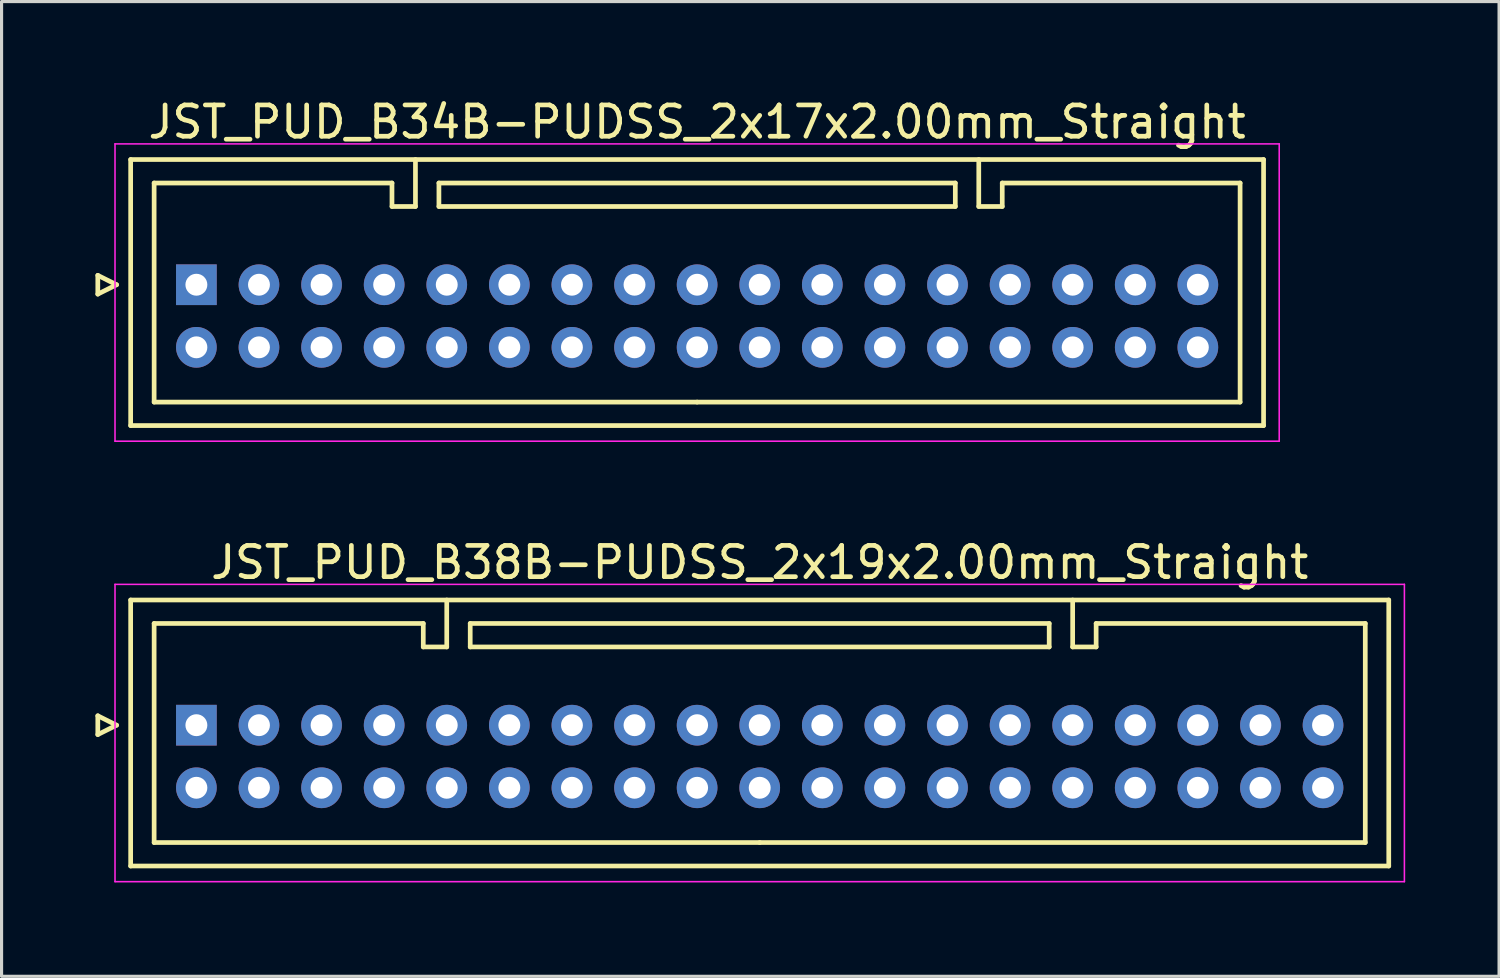
<source format=kicad_pcb>
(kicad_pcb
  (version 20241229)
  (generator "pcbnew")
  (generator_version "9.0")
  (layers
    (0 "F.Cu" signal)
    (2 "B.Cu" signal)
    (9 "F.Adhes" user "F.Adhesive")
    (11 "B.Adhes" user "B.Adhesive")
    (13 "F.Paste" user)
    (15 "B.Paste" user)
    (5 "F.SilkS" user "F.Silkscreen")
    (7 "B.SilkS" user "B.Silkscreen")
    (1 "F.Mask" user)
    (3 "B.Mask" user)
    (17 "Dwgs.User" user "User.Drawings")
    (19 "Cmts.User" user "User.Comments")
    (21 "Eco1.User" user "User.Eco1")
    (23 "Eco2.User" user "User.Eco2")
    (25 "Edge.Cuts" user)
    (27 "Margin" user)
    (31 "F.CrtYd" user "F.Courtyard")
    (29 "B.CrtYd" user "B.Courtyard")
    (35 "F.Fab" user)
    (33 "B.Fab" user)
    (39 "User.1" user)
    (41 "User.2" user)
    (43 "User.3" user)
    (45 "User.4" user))
  (footprint "JST_PUD_B34B-PUDSS_2x17x2.00mm_Straight"
    (layer "F.Cu")
    (at 3.225 6.048)
    (property "Reference" "JST_PUD_B34B-PUDSS_2x17x2.00mm_Straight" (at 16 -5.2 0) (layer "F.SilkS") (effects (font (size 1 1) (thickness 0.15))))
    (attr through_hole)
    (fp_line (start -3.15 -0.3) (end -2.55 0) (stroke (width 0.15) (type solid)) (layer "F.SilkS"))
    (fp_line (start -3.15 0.3) (end -3.15 -0.3) (stroke (width 0.15) (type solid)) (layer "F.SilkS"))
    (fp_line (start -2.55 0) (end -3.15 0.3) (stroke (width 0.15) (type solid)) (layer "F.SilkS"))
    (fp_line (start -2.1 -4) (end -2.1 4.5) (stroke (width 0.15) (type solid)) (layer "F.SilkS"))
    (fp_line (start -2.1 4.5) (end 34.1 4.5) (stroke (width 0.15) (type solid)) (layer "F.SilkS"))
    (fp_line (start -1.35 -3.25) (end -1.35 3.75) (stroke (width 0.15) (type solid)) (layer "F.SilkS"))
    (fp_line (start -1.35 3.75) (end 16 3.75) (stroke (width 0.15) (type solid)) (layer "F.SilkS"))
    (fp_line (start 6.25 -3.25) (end -1.35 -3.25) (stroke (width 0.15) (type solid)) (layer "F.SilkS"))
    (fp_line (start 6.25 -2.5) (end 6.25 -3.25) (stroke (width 0.15) (type solid)) (layer "F.SilkS"))
    (fp_line (start 7 -4) (end 7 -2.5) (stroke (width 0.15) (type solid)) (layer "F.SilkS"))
    (fp_line (start 7 -2.5) (end 6.25 -2.5) (stroke (width 0.15) (type solid)) (layer "F.SilkS"))
    (fp_line (start 7.75 -3.25) (end 7.75 -2.5) (stroke (width 0.15) (type solid)) (layer "F.SilkS"))
    (fp_line (start 7.75 -2.5) (end 24.25 -2.5) (stroke (width 0.15) (type solid)) (layer "F.SilkS"))
    (fp_line (start 24.25 -3.25) (end 7.75 -3.25) (stroke (width 0.15) (type solid)) (layer "F.SilkS"))
    (fp_line (start 24.25 -2.5) (end 24.25 -3.25) (stroke (width 0.15) (type solid)) (layer "F.SilkS"))
    (fp_line (start 25 -4) (end 25 -2.5) (stroke (width 0.15) (type solid)) (layer "F.SilkS"))
    (fp_line (start 25 -2.5) (end 25.75 -2.5) (stroke (width 0.15) (type solid)) (layer "F.SilkS"))
    (fp_line (start 25.75 -3.25) (end 33.35 -3.25) (stroke (width 0.15) (type solid)) (layer "F.SilkS"))
    (fp_line (start 25.75 -2.5) (end 25.75 -3.25) (stroke (width 0.15) (type solid)) (layer "F.SilkS"))
    (fp_line (start 33.35 -3.25) (end 33.35 3.75) (stroke (width 0.15) (type solid)) (layer "F.SilkS"))
    (fp_line (start 33.35 3.75) (end 16 3.75) (stroke (width 0.15) (type solid)) (layer "F.SilkS"))
    (fp_line (start 34.1 -4) (end -2.1 -4) (stroke (width 0.15) (type solid)) (layer "F.SilkS"))
    (fp_line (start 34.1 4.5) (end 34.1 -4) (stroke (width 0.15) (type solid)) (layer "F.SilkS"))
    (fp_line (start -2.6 -4.5) (end -2.6 5) (stroke (width 0.05) (type solid)) (layer "F.CrtYd"))
    (fp_line (start -2.6 5) (end 34.6 5) (stroke (width 0.05) (type solid)) (layer "F.CrtYd"))
    (fp_line (start 34.6 -4.5) (end -2.6 -4.5) (stroke (width 0.05) (type solid)) (layer "F.CrtYd"))
    (fp_line (start 34.6 5) (end 34.6 -4.5) (stroke (width 0.05) (type solid)) (layer "F.CrtYd"))
    (pad "1" thru_hole rect (at 0 0) (size 1.3 1.3) (drill 0.7) (layers "*.Cu" "*.Mask"))
    (pad "2" thru_hole circle (at 0 2) (size 1.3 1.3) (drill 0.7) (layers "*.Cu" "*.Mask"))
    (pad "3" thru_hole circle (at 2 0) (size 1.3 1.3) (drill 0.7) (layers "*.Cu" "*.Mask"))
    (pad "4" thru_hole circle (at 2 2) (size 1.3 1.3) (drill 0.7) (layers "*.Cu" "*.Mask"))
    (pad "5" thru_hole circle (at 4 0) (size 1.3 1.3) (drill 0.7) (layers "*.Cu" "*.Mask"))
    (pad "6" thru_hole circle (at 4 2) (size 1.3 1.3) (drill 0.7) (layers "*.Cu" "*.Mask"))
    (pad "7" thru_hole circle (at 6 0) (size 1.3 1.3) (drill 0.7) (layers "*.Cu" "*.Mask"))
    (pad "8" thru_hole circle (at 6 2) (size 1.3 1.3) (drill 0.7) (layers "*.Cu" "*.Mask"))
    (pad "9" thru_hole circle (at 8 0) (size 1.3 1.3) (drill 0.7) (layers "*.Cu" "*.Mask"))
    (pad "10" thru_hole circle (at 8 2) (size 1.3 1.3) (drill 0.7) (layers "*.Cu" "*.Mask"))
    (pad "11" thru_hole circle (at 10 0) (size 1.3 1.3) (drill 0.7) (layers "*.Cu" "*.Mask"))
    (pad "12" thru_hole circle (at 10 2) (size 1.3 1.3) (drill 0.7) (layers "*.Cu" "*.Mask"))
    (pad "13" thru_hole circle (at 12 0) (size 1.3 1.3) (drill 0.7) (layers "*.Cu" "*.Mask"))
    (pad "14" thru_hole circle (at 12 2) (size 1.3 1.3) (drill 0.7) (layers "*.Cu" "*.Mask"))
    (pad "15" thru_hole circle (at 14 0) (size 1.3 1.3) (drill 0.7) (layers "*.Cu" "*.Mask"))
    (pad "16" thru_hole circle (at 14 2) (size 1.3 1.3) (drill 0.7) (layers "*.Cu" "*.Mask"))
    (pad "17" thru_hole circle (at 16 0) (size 1.3 1.3) (drill 0.7) (layers "*.Cu" "*.Mask"))
    (pad "18" thru_hole circle (at 16 2) (size 1.3 1.3) (drill 0.7) (layers "*.Cu" "*.Mask"))
    (pad "19" thru_hole circle (at 18 0) (size 1.3 1.3) (drill 0.7) (layers "*.Cu" "*.Mask"))
    (pad "20" thru_hole circle (at 18 2) (size 1.3 1.3) (drill 0.7) (layers "*.Cu" "*.Mask"))
    (pad "21" thru_hole circle (at 20 0) (size 1.3 1.3) (drill 0.7) (layers "*.Cu" "*.Mask"))
    (pad "22" thru_hole circle (at 20 2) (size 1.3 1.3) (drill 0.7) (layers "*.Cu" "*.Mask"))
    (pad "23" thru_hole circle (at 22 0) (size 1.3 1.3) (drill 0.7) (layers "*.Cu" "*.Mask"))
    (pad "24" thru_hole circle (at 22 2) (size 1.3 1.3) (drill 0.7) (layers "*.Cu" "*.Mask"))
    (pad "25" thru_hole circle (at 24 0) (size 1.3 1.3) (drill 0.7) (layers "*.Cu" "*.Mask"))
    (pad "26" thru_hole circle (at 24 2) (size 1.3 1.3) (drill 0.7) (layers "*.Cu" "*.Mask"))
    (pad "27" thru_hole circle (at 26 0) (size 1.3 1.3) (drill 0.7) (layers "*.Cu" "*.Mask"))
    (pad "28" thru_hole circle (at 26 2) (size 1.3 1.3) (drill 0.7) (layers "*.Cu" "*.Mask"))
    (pad "29" thru_hole circle (at 28 0) (size 1.3 1.3) (drill 0.7) (layers "*.Cu" "*.Mask"))
    (pad "30" thru_hole circle (at 28 2) (size 1.3 1.3) (drill 0.7) (layers "*.Cu" "*.Mask"))
    (pad "31" thru_hole circle (at 30 0) (size 1.3 1.3) (drill 0.7) (layers "*.Cu" "*.Mask"))
    (pad "32" thru_hole circle (at 30 2) (size 1.3 1.3) (drill 0.7) (layers "*.Cu" "*.Mask"))
    (pad "33" thru_hole circle (at 32 0) (size 1.3 1.3) (drill 0.7) (layers "*.Cu" "*.Mask"))
    (pad "34" thru_hole circle (at 32 2) (size 1.3 1.3) (drill 0.7) (layers "*.Cu" "*.Mask")))
  (footprint "JST_PUD_B38B-PUDSS_2x19x2.00mm_Straight"
    (layer "F.Cu")
    (at 3.225 20.122)
    (property "Reference" "JST_PUD_B38B-PUDSS_2x19x2.00mm_Straight" (at 18 -5.2 0) (layer "F.SilkS") (effects (font (size 1 1) (thickness 0.15))))
    (attr through_hole)
    (fp_line (start -3.15 -0.3) (end -2.55 0) (stroke (width 0.15) (type solid)) (layer "F.SilkS"))
    (fp_line (start -3.15 0.3) (end -3.15 -0.3) (stroke (width 0.15) (type solid)) (layer "F.SilkS"))
    (fp_line (start -2.55 0) (end -3.15 0.3) (stroke (width 0.15) (type solid)) (layer "F.SilkS"))
    (fp_line (start -2.1 -4) (end -2.1 4.5) (stroke (width 0.15) (type solid)) (layer "F.SilkS"))
    (fp_line (start -2.1 4.5) (end 38.1 4.5) (stroke (width 0.15) (type solid)) (layer "F.SilkS"))
    (fp_line (start -1.35 -3.25) (end -1.35 3.75) (stroke (width 0.15) (type solid)) (layer "F.SilkS"))
    (fp_line (start -1.35 3.75) (end 18 3.75) (stroke (width 0.15) (type solid)) (layer "F.SilkS"))
    (fp_line (start 7.25 -3.25) (end -1.35 -3.25) (stroke (width 0.15) (type solid)) (layer "F.SilkS"))
    (fp_line (start 7.25 -2.5) (end 7.25 -3.25) (stroke (width 0.15) (type solid)) (layer "F.SilkS"))
    (fp_line (start 8 -4) (end 8 -2.5) (stroke (width 0.15) (type solid)) (layer "F.SilkS"))
    (fp_line (start 8 -2.5) (end 7.25 -2.5) (stroke (width 0.15) (type solid)) (layer "F.SilkS"))
    (fp_line (start 8.75 -3.25) (end 8.75 -2.5) (stroke (width 0.15) (type solid)) (layer "F.SilkS"))
    (fp_line (start 8.75 -2.5) (end 27.25 -2.5) (stroke (width 0.15) (type solid)) (layer "F.SilkS"))
    (fp_line (start 27.25 -3.25) (end 8.75 -3.25) (stroke (width 0.15) (type solid)) (layer "F.SilkS"))
    (fp_line (start 27.25 -2.5) (end 27.25 -3.25) (stroke (width 0.15) (type solid)) (layer "F.SilkS"))
    (fp_line (start 28 -4) (end 28 -2.5) (stroke (width 0.15) (type solid)) (layer "F.SilkS"))
    (fp_line (start 28 -2.5) (end 28.75 -2.5) (stroke (width 0.15) (type solid)) (layer "F.SilkS"))
    (fp_line (start 28.75 -3.25) (end 37.35 -3.25) (stroke (width 0.15) (type solid)) (layer "F.SilkS"))
    (fp_line (start 28.75 -2.5) (end 28.75 -3.25) (stroke (width 0.15) (type solid)) (layer "F.SilkS"))
    (fp_line (start 37.35 -3.25) (end 37.35 3.75) (stroke (width 0.15) (type solid)) (layer "F.SilkS"))
    (fp_line (start 37.35 3.75) (end 18 3.75) (stroke (width 0.15) (type solid)) (layer "F.SilkS"))
    (fp_line (start 38.1 -4) (end -2.1 -4) (stroke (width 0.15) (type solid)) (layer "F.SilkS"))
    (fp_line (start 38.1 4.5) (end 38.1 -4) (stroke (width 0.15) (type solid)) (layer "F.SilkS"))
    (fp_line (start -2.6 -4.5) (end -2.6 5) (stroke (width 0.05) (type solid)) (layer "F.CrtYd"))
    (fp_line (start -2.6 5) (end 38.6 5) (stroke (width 0.05) (type solid)) (layer "F.CrtYd"))
    (fp_line (start 38.6 -4.5) (end -2.6 -4.5) (stroke (width 0.05) (type solid)) (layer "F.CrtYd"))
    (fp_line (start 38.6 5) (end 38.6 -4.5) (stroke (width 0.05) (type solid)) (layer "F.CrtYd"))
    (pad "1" thru_hole rect (at 0 0) (size 1.3 1.3) (drill 0.7) (layers "*.Cu" "*.Mask"))
    (pad "2" thru_hole circle (at 0 2) (size 1.3 1.3) (drill 0.7) (layers "*.Cu" "*.Mask"))
    (pad "3" thru_hole circle (at 2 0) (size 1.3 1.3) (drill 0.7) (layers "*.Cu" "*.Mask"))
    (pad "4" thru_hole circle (at 2 2) (size 1.3 1.3) (drill 0.7) (layers "*.Cu" "*.Mask"))
    (pad "5" thru_hole circle (at 4 0) (size 1.3 1.3) (drill 0.7) (layers "*.Cu" "*.Mask"))
    (pad "6" thru_hole circle (at 4 2) (size 1.3 1.3) (drill 0.7) (layers "*.Cu" "*.Mask"))
    (pad "7" thru_hole circle (at 6 0) (size 1.3 1.3) (drill 0.7) (layers "*.Cu" "*.Mask"))
    (pad "8" thru_hole circle (at 6 2) (size 1.3 1.3) (drill 0.7) (layers "*.Cu" "*.Mask"))
    (pad "9" thru_hole circle (at 8 0) (size 1.3 1.3) (drill 0.7) (layers "*.Cu" "*.Mask"))
    (pad "10" thru_hole circle (at 8 2) (size 1.3 1.3) (drill 0.7) (layers "*.Cu" "*.Mask"))
    (pad "11" thru_hole circle (at 10 0) (size 1.3 1.3) (drill 0.7) (layers "*.Cu" "*.Mask"))
    (pad "12" thru_hole circle (at 10 2) (size 1.3 1.3) (drill 0.7) (layers "*.Cu" "*.Mask"))
    (pad "13" thru_hole circle (at 12 0) (size 1.3 1.3) (drill 0.7) (layers "*.Cu" "*.Mask"))
    (pad "14" thru_hole circle (at 12 2) (size 1.3 1.3) (drill 0.7) (layers "*.Cu" "*.Mask"))
    (pad "15" thru_hole circle (at 14 0) (size 1.3 1.3) (drill 0.7) (layers "*.Cu" "*.Mask"))
    (pad "16" thru_hole circle (at 14 2) (size 1.3 1.3) (drill 0.7) (layers "*.Cu" "*.Mask"))
    (pad "17" thru_hole circle (at 16 0) (size 1.3 1.3) (drill 0.7) (layers "*.Cu" "*.Mask"))
    (pad "18" thru_hole circle (at 16 2) (size 1.3 1.3) (drill 0.7) (layers "*.Cu" "*.Mask"))
    (pad "19" thru_hole circle (at 18 0) (size 1.3 1.3) (drill 0.7) (layers "*.Cu" "*.Mask"))
    (pad "20" thru_hole circle (at 18 2) (size 1.3 1.3) (drill 0.7) (layers "*.Cu" "*.Mask"))
    (pad "21" thru_hole circle (at 20 0) (size 1.3 1.3) (drill 0.7) (layers "*.Cu" "*.Mask"))
    (pad "22" thru_hole circle (at 20 2) (size 1.3 1.3) (drill 0.7) (layers "*.Cu" "*.Mask"))
    (pad "23" thru_hole circle (at 22 0) (size 1.3 1.3) (drill 0.7) (layers "*.Cu" "*.Mask"))
    (pad "24" thru_hole circle (at 22 2) (size 1.3 1.3) (drill 0.7) (layers "*.Cu" "*.Mask"))
    (pad "25" thru_hole circle (at 24 0) (size 1.3 1.3) (drill 0.7) (layers "*.Cu" "*.Mask"))
    (pad "26" thru_hole circle (at 24 2) (size 1.3 1.3) (drill 0.7) (layers "*.Cu" "*.Mask"))
    (pad "27" thru_hole circle (at 26 0) (size 1.3 1.3) (drill 0.7) (layers "*.Cu" "*.Mask"))
    (pad "28" thru_hole circle (at 26 2) (size 1.3 1.3) (drill 0.7) (layers "*.Cu" "*.Mask"))
    (pad "29" thru_hole circle (at 28 0) (size 1.3 1.3) (drill 0.7) (layers "*.Cu" "*.Mask"))
    (pad "30" thru_hole circle (at 28 2) (size 1.3 1.3) (drill 0.7) (layers "*.Cu" "*.Mask"))
    (pad "31" thru_hole circle (at 30 0) (size 1.3 1.3) (drill 0.7) (layers "*.Cu" "*.Mask"))
    (pad "32" thru_hole circle (at 30 2) (size 1.3 1.3) (drill 0.7) (layers "*.Cu" "*.Mask"))
    (pad "33" thru_hole circle (at 32 0) (size 1.3 1.3) (drill 0.7) (layers "*.Cu" "*.Mask"))
    (pad "34" thru_hole circle (at 32 2) (size 1.3 1.3) (drill 0.7) (layers "*.Cu" "*.Mask"))
    (pad "35" thru_hole circle (at 34 0) (size 1.3 1.3) (drill 0.7) (layers "*.Cu" "*.Mask"))
    (pad "36" thru_hole circle (at 34 2) (size 1.3 1.3) (drill 0.7) (layers "*.Cu" "*.Mask"))
    (pad "37" thru_hole circle (at 36 0) (size 1.3 1.3) (drill 0.7) (layers "*.Cu" "*.Mask"))
    (pad "38" thru_hole circle (at 36 2) (size 1.3 1.3) (drill 0.7) (layers "*.Cu" "*.Mask")))
  (gr_rect
    (start -3 -3)
    (end 44.85 28.146)
    (stroke (width 0.1) (type default))
    (fill no)
    (layer "Edge.Cuts")))
</source>
